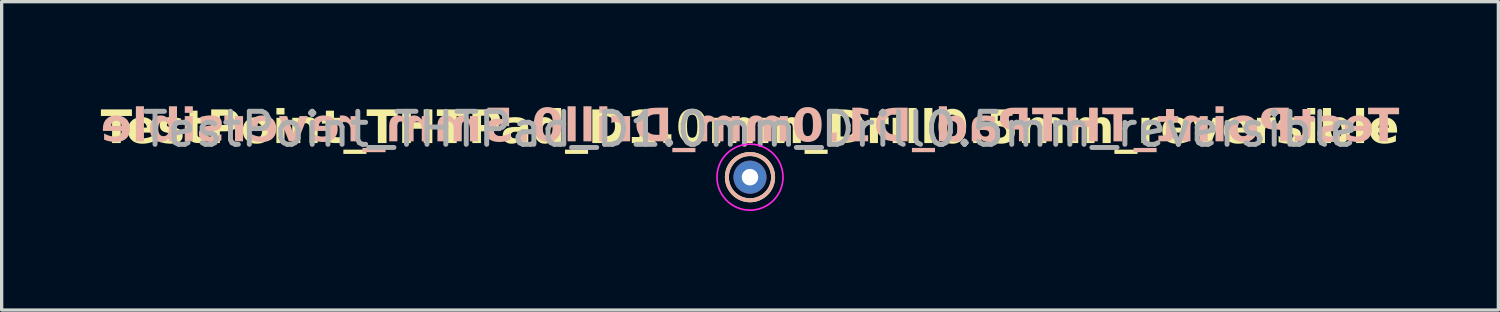
<source format=kicad_pcb>
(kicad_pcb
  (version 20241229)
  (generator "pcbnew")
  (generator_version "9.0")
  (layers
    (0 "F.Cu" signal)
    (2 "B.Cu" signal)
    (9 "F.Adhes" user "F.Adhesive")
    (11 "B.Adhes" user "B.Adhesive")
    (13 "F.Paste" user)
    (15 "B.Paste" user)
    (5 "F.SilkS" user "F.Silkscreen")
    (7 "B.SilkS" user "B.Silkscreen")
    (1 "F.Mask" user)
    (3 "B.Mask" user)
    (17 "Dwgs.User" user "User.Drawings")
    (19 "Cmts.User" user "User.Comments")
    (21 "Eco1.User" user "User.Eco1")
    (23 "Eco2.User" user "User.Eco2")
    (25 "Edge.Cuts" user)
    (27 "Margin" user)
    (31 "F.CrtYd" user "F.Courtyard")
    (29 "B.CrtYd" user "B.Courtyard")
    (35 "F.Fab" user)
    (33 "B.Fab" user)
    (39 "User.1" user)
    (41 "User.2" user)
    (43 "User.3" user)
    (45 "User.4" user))
  (footprint "TestPoint_THTPad_D1.0mm_Drill0.5mm_reversible"
    (layer "F.Cu")
    (at 19.67 2.317)
    (property "Reference" "TestPoint_THTPad_D1.0mm_Drill0.5mm_reversible" (at 0 -1.448 0) (layer "F.SilkS") (effects (font (face "Ubuntu Mono") (size 1 1) (thickness 0.2) (bold yes))))
    (attr exclude_from_pos_files exclude_from_bom)
    (fp_circle (center 0 0) (end 0 0.7) (stroke (width 0.12) (type solid)) (fill no) (layer "F.SilkS"))
    (fp_circle (center 0 0) (end 0 0.7) (stroke (width 0.12) (type solid)) (fill no) (layer "B.SilkS"))
    (fp_circle (center 0 0) (end 1 0) (stroke (width 0.05) (type solid)) (fill no) (layer "F.CrtYd"))
    (fp_text user "${REFERENCE}" (at 0 -1.5 0) (unlocked yes) (layer "B.SilkS") (effects (font (face "Ubuntu Mono") (size 1 1) (thickness 0.2) (bold yes)) (justify mirror)))
    (fp_text user "${REFERENCE}" (at 0 -1.45 0) (layer "F.Fab") (effects (font (size 1 1) (thickness 0.15))))
    (pad "1" thru_hole circle (at 0 0) (size 1 1) (drill 0.5) (layers "*.Cu" "*.Mask")))
  (gr_rect
    (start -3 -3)
    (end 42.341 6.342)
    (stroke (width 0.1) (type default))
    (fill no)
    (layer "Edge.Cuts")))
</source>
